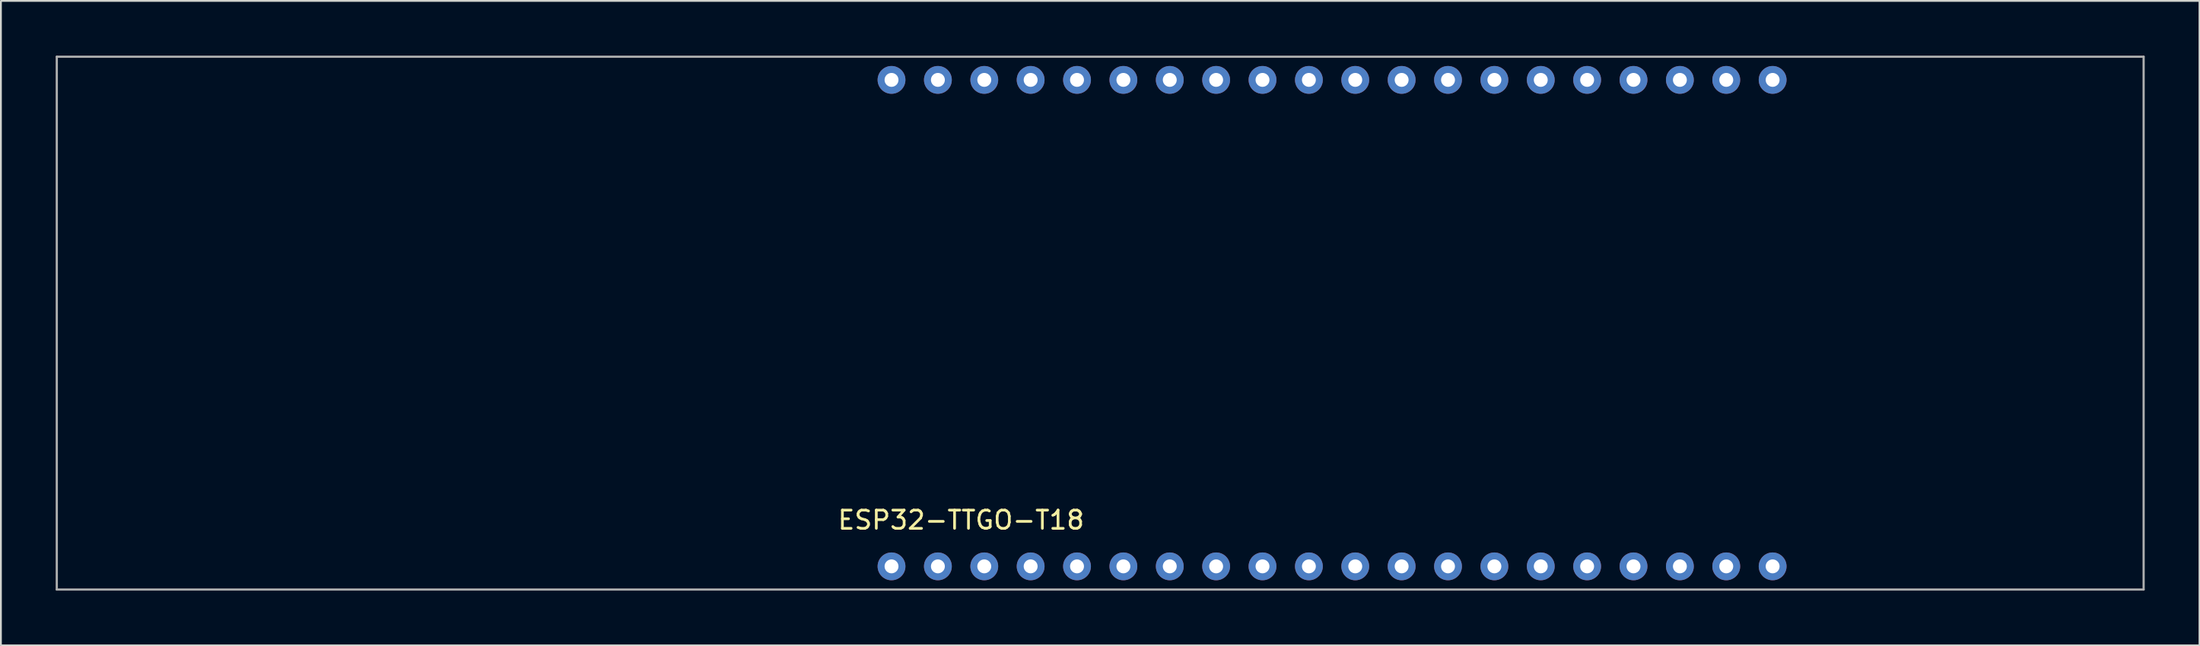
<source format=kicad_pcb>
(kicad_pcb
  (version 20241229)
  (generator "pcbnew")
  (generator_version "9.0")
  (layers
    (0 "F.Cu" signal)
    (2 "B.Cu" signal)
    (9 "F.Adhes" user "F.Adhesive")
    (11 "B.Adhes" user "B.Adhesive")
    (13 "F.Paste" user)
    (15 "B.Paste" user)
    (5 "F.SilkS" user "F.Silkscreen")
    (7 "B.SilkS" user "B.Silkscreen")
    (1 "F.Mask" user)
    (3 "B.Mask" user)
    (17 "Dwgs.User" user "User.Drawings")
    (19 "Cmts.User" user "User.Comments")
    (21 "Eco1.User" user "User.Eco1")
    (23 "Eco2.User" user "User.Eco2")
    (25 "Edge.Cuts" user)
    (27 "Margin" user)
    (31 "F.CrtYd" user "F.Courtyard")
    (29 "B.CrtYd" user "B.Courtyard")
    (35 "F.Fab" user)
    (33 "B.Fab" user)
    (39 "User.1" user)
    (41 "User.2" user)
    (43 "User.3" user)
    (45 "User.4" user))
  (footprint "ESP32-TTGO-T18"
    (layer "F.Cu")
    (at 45.78 28)
    (property "Reference" "ESP32-TTGO-T18" (at 3.81 -2.54 0) (layer "F.SilkS") (effects (font (size 1 1) (thickness 0.15))))
    (attr through_hole)
    (fp_line (start -45.72 -27.94) (end -45.72 1.27) (stroke (width 0.12) (type solid)) (layer "F.Fab"))
    (fp_line (start 68.58 -27.94) (end -45.72 -27.94) (stroke (width 0.12) (type solid)) (layer "F.Fab"))
    (fp_line (start 68.58 1.27) (end -45.72 1.27) (stroke (width 0.12) (type solid)) (layer "F.Fab"))
    (fp_line (start 68.58 1.27) (end 68.58 -27.94) (stroke (width 0.12) (type solid)) (layer "F.Fab"))
    (pad "1" thru_hole circle (at 0 0) (size 1.524 1.524) (drill 0.762) (layers "*.Cu" "*.Mask"))
    (pad "2" thru_hole circle (at 2.54 0) (size 1.524 1.524) (drill 0.762) (layers "*.Cu" "*.Mask"))
    (pad "3" thru_hole circle (at 5.08 0) (size 1.524 1.524) (drill 0.762) (layers "*.Cu" "*.Mask"))
    (pad "4" thru_hole circle (at 7.62 0) (size 1.524 1.524) (drill 0.762) (layers "*.Cu" "*.Mask"))
    (pad "5" thru_hole circle (at 10.16 0) (size 1.524 1.524) (drill 0.762) (layers "*.Cu" "*.Mask"))
    (pad "6" thru_hole circle (at 12.7 0) (size 1.524 1.524) (drill 0.762) (layers "*.Cu" "*.Mask"))
    (pad "7" thru_hole circle (at 15.24 0) (size 1.524 1.524) (drill 0.762) (layers "*.Cu" "*.Mask"))
    (pad "8" thru_hole circle (at 17.78 0) (size 1.524 1.524) (drill 0.762) (layers "*.Cu" "*.Mask"))
    (pad "9" thru_hole circle (at 20.32 0) (size 1.524 1.524) (drill 0.762) (layers "*.Cu" "*.Mask"))
    (pad "10" thru_hole circle (at 22.86 0) (size 1.524 1.524) (drill 0.762) (layers "*.Cu" "*.Mask"))
    (pad "11" thru_hole circle (at 25.4 0) (size 1.524 1.524) (drill 0.762) (layers "*.Cu" "*.Mask"))
    (pad "12" thru_hole circle (at 27.94 0) (size 1.524 1.524) (drill 0.762) (layers "*.Cu" "*.Mask"))
    (pad "13" thru_hole circle (at 30.48 0) (size 1.524 1.524) (drill 0.762) (layers "*.Cu" "*.Mask"))
    (pad "14" thru_hole circle (at 33.02 0) (size 1.524 1.524) (drill 0.762) (layers "*.Cu" "*.Mask"))
    (pad "15" thru_hole circle (at 35.56 0) (size 1.524 1.524) (drill 0.762) (layers "*.Cu" "*.Mask"))
    (pad "16" thru_hole circle (at 38.1 0) (size 1.524 1.524) (drill 0.762) (layers "*.Cu" "*.Mask"))
    (pad "17" thru_hole circle (at 40.64 0) (size 1.524 1.524) (drill 0.762) (layers "*.Cu" "*.Mask"))
    (pad "18" thru_hole circle (at 43.18 0) (size 1.524 1.524) (drill 0.762) (layers "*.Cu" "*.Mask"))
    (pad "19" thru_hole circle (at 45.72 0) (size 1.524 1.524) (drill 0.762) (layers "*.Cu" "*.Mask"))
    (pad "20" thru_hole circle (at 48.26 0) (size 1.524 1.524) (drill 0.762) (layers "*.Cu" "*.Mask"))
    (pad "21" thru_hole circle (at 48.26 -26.67) (size 1.524 1.524) (drill 0.762) (layers "*.Cu" "*.Mask"))
    (pad "22" thru_hole circle (at 45.72 -26.67) (size 1.524 1.524) (drill 0.762) (layers "*.Cu" "*.Mask"))
    (pad "23" thru_hole circle (at 43.18 -26.67) (size 1.524 1.524) (drill 0.762) (layers "*.Cu" "*.Mask"))
    (pad "24" thru_hole circle (at 40.64 -26.67) (size 1.524 1.524) (drill 0.762) (layers "*.Cu" "*.Mask"))
    (pad "25" thru_hole circle (at 38.1 -26.67) (size 1.524 1.524) (drill 0.762) (layers "*.Cu" "*.Mask"))
    (pad "26" thru_hole circle (at 35.56 -26.67) (size 1.524 1.524) (drill 0.762) (layers "*.Cu" "*.Mask"))
    (pad "27" thru_hole circle (at 33.02 -26.67) (size 1.524 1.524) (drill 0.762) (layers "*.Cu" "*.Mask"))
    (pad "28" thru_hole circle (at 30.48 -26.67) (size 1.524 1.524) (drill 0.762) (layers "*.Cu" "*.Mask"))
    (pad "29" thru_hole circle (at 27.94 -26.67) (size 1.524 1.524) (drill 0.762) (layers "*.Cu" "*.Mask"))
    (pad "30" thru_hole circle (at 25.4 -26.67) (size 1.524 1.524) (drill 0.762) (layers "*.Cu" "*.Mask"))
    (pad "31" thru_hole circle (at 22.86 -26.67) (size 1.524 1.524) (drill 0.762) (layers "*.Cu" "*.Mask"))
    (pad "32" thru_hole circle (at 20.32 -26.67) (size 1.524 1.524) (drill 0.762) (layers "*.Cu" "*.Mask"))
    (pad "33" thru_hole circle (at 17.78 -26.67) (size 1.524 1.524) (drill 0.762) (layers "*.Cu" "*.Mask"))
    (pad "34" thru_hole circle (at 15.24 -26.67) (size 1.524 1.524) (drill 0.762) (layers "*.Cu" "*.Mask"))
    (pad "35" thru_hole circle (at 12.7 -26.67) (size 1.524 1.524) (drill 0.762) (layers "*.Cu" "*.Mask"))
    (pad "36" thru_hole circle (at 10.16 -26.67) (size 1.524 1.524) (drill 0.762) (layers "*.Cu" "*.Mask"))
    (pad "37" thru_hole circle (at 7.62 -26.67) (size 1.524 1.524) (drill 0.762) (layers "*.Cu" "*.Mask"))
    (pad "38" thru_hole circle (at 5.08 -26.67) (size 1.524 1.524) (drill 0.762) (layers "*.Cu" "*.Mask"))
    (pad "39" thru_hole circle (at 2.54 -26.67) (size 1.524 1.524) (drill 0.762) (layers "*.Cu" "*.Mask"))
    (pad "40" thru_hole circle (at 0 -26.67) (size 1.524 1.524) (drill 0.762) (layers "*.Cu" "*.Mask")))
  (gr_rect
    (start -3 -3)
    (end 117.42 32.33)
    (stroke (width 0.1) (type default))
    (fill no)
    (layer "Edge.Cuts")))
</source>
